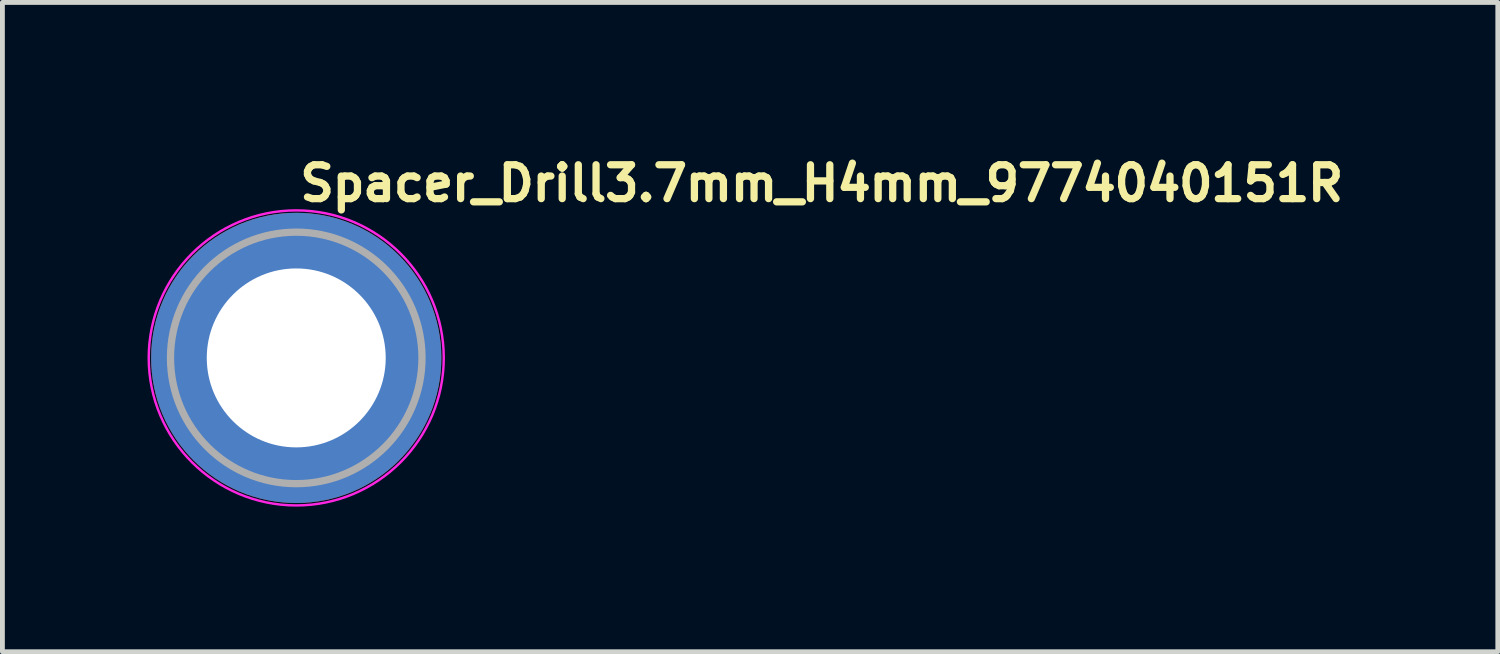
<source format=kicad_pcb>
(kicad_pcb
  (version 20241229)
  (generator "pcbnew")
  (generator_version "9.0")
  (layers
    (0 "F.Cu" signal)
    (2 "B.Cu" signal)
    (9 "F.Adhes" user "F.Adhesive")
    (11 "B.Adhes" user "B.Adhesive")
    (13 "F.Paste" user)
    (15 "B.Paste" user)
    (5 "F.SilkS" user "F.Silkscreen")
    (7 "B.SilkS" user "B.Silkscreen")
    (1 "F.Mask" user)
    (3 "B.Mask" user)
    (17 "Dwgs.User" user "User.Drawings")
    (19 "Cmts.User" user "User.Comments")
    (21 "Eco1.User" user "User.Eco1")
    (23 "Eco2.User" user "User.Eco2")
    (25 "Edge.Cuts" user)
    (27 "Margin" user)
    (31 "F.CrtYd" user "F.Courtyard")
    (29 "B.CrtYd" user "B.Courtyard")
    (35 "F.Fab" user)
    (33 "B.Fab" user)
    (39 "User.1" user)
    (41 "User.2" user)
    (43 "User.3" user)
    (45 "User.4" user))
  (footprint "Spacer_Drill3.7mm_H4mm_9774040151R"
    (layer "F.Cu")
    (at 3.075 4.35)
    (property "Reference" "Spacer_Drill3.7mm_H4mm_9774040151R" (at 0 -3.2 0) (layer "F.SilkS") (effects (font (size 0.7 0.7) (thickness 0.15)) (justify left bottom)))
    (attr smd)
    (fp_circle (center 0 0) (end 3.05 0) (stroke (width 0.05) (type solid)) (fill no) (layer "F.CrtYd"))
    (fp_circle (center 0 0) (end 2.6 0) (stroke (width 0.15) (type solid)) (fill no) (layer "F.Fab"))
    (fp_circle (center 0 0) (end 2.6 0) (stroke (width 0.1) (type solid)) (fill no) (layer "User.5"))
    (fp_circle (center 0 0) (end 1 0) (stroke (width 0.02) (type default)) (fill no) (layer "User.9"))
    (fp_circle (center 0 0) (end 2.55 0) (stroke (width 0.02) (type default)) (fill no) (layer "User.9"))
    (pad "" smd custom (at -1.7 -1.7) (size 0.62 0.62) (layers "F.Paste") (options (anchor circle)) (primitives (gr_arc (start -0.250195 1.279127) (mid 0.285453 0.294389) (end 1.266786 -0.24747) (width 0.2)) (gr_arc (start -0.34334 1.279127) (mid 0.218448 0.232561) (end 1.259603 -0.339191) (width 0.2)) (gr_arc (start -0.436309 1.279127) (mid 0.152481 0.169693) (end 1.255279 -0.431435) (width 0.2)) (gr_arc (start -0.529126 1.279127) (mid 0.087542 0.105784) (end 1.253811 -0.524161) (width 0.2)) (gr_arc (start -0.621807 1.279127) (mid 0.0309 0.033527) (end 1.275473 -0.621136) (width 0.2)) (gr_arc (start -0.71437 1.279127) (mid -0.037758 -0.026651) (end 1.263664 -0.711602) (width 0.2)) (gr_arc (start -0.806826 1.279127) (mid -0.105837 -0.087395) (end 1.253435 -0.802342) (width 0.2)) (gr_arc (start -0.899187 1.279127) (mid -0.165236 -0.156885) (end 1.267475 -0.897258) (width 0.2)) (gr_arc (start -0.991463 1.279127) (mid -0.228522 -0.222449) (end 1.270645 -0.990112) (width 0.2)) (gr_arc (start -1.083663 1.279127) (mid -0.294507 -0.285313) (end 1.266278 -1.081674) (width 0.2)) (gr_line (start 1.279 -0.25) (end 1.279 -1.084) (width 0.2)) (gr_line (start -0.25 1.279) (end -1.084 1.279) (width 0.2))))
    (pad "" smd custom (at -1.7 1.7 90) (size 0.62 0.62) (layers "F.Paste") (options (anchor circle)) (primitives (gr_arc (start -0.250195 1.279127) (mid 0.285453 0.294389) (end 1.266786 -0.24747) (width 0.2)) (gr_arc (start -0.34334 1.279127) (mid 0.218448 0.232561) (end 1.259603 -0.339191) (width 0.2)) (gr_arc (start -0.436309 1.279127) (mid 0.152481 0.169693) (end 1.255279 -0.431435) (width 0.2)) (gr_arc (start -0.529126 1.279127) (mid 0.087542 0.105784) (end 1.253811 -0.524161) (width 0.2)) (gr_arc (start -0.621807 1.279127) (mid 0.0309 0.033527) (end 1.275473 -0.621136) (width 0.2)) (gr_arc (start -0.71437 1.279127) (mid -0.037758 -0.026651) (end 1.263664 -0.711602) (width 0.2)) (gr_arc (start -0.806826 1.279127) (mid -0.105837 -0.087395) (end 1.253435 -0.802342) (width 0.2)) (gr_arc (start -0.899187 1.279127) (mid -0.165236 -0.156885) (end 1.267475 -0.897258) (width 0.2)) (gr_arc (start -0.991463 1.279127) (mid -0.228522 -0.222449) (end 1.270645 -0.990112) (width 0.2)) (gr_arc (start -1.083663 1.279127) (mid -0.294507 -0.285313) (end 1.266278 -1.081674) (width 0.2)) (gr_line (start 1.279 -0.25) (end 1.279 -1.084) (width 0.2)) (gr_line (start -0.25 1.279) (end -1.084 1.279) (width 0.2))))
    (pad "" smd custom (at 1.7 -1.7 270) (size 0.62 0.62) (layers "F.Paste") (options (anchor circle)) (primitives (gr_arc (start -0.250195 1.279127) (mid 0.285453 0.294389) (end 1.266786 -0.24747) (width 0.2)) (gr_arc (start -0.34334 1.279127) (mid 0.218448 0.232561) (end 1.259603 -0.339191) (width 0.2)) (gr_arc (start -0.436309 1.279127) (mid 0.152481 0.169693) (end 1.255279 -0.431435) (width 0.2)) (gr_arc (start -0.529126 1.279127) (mid 0.087542 0.105784) (end 1.253811 -0.524161) (width 0.2)) (gr_arc (start -0.621807 1.279127) (mid 0.0309 0.033527) (end 1.275473 -0.621136) (width 0.2)) (gr_arc (start -0.71437 1.279127) (mid -0.037758 -0.026651) (end 1.263664 -0.711602) (width 0.2)) (gr_arc (start -0.806826 1.279127) (mid -0.105837 -0.087395) (end 1.253435 -0.802342) (width 0.2)) (gr_arc (start -0.899187 1.279127) (mid -0.165236 -0.156885) (end 1.267475 -0.897258) (width 0.2)) (gr_arc (start -0.991463 1.279127) (mid -0.228522 -0.222449) (end 1.270645 -0.990112) (width 0.2)) (gr_arc (start -1.083663 1.279127) (mid -0.294507 -0.285313) (end 1.266278 -1.081674) (width 0.2)) (gr_line (start 1.279 -0.25) (end 1.279 -1.084) (width 0.2)) (gr_line (start -0.25 1.279) (end -1.084 1.279) (width 0.2))))
    (pad "" smd custom (at 1.7 1.7 180) (size 0.62 0.62) (layers "F.Paste") (options (anchor circle)) (primitives (gr_arc (start -0.250195 1.279127) (mid 0.285453 0.294389) (end 1.266786 -0.24747) (width 0.2)) (gr_arc (start -0.34334 1.279127) (mid 0.218448 0.232561) (end 1.259603 -0.339191) (width 0.2)) (gr_arc (start -0.436309 1.279127) (mid 0.152481 0.169693) (end 1.255279 -0.431435) (width 0.2)) (gr_arc (start -0.529126 1.279127) (mid 0.087542 0.105784) (end 1.253811 -0.524161) (width 0.2)) (gr_arc (start -0.621807 1.279127) (mid 0.0309 0.033527) (end 1.275473 -0.621136) (width 0.2)) (gr_arc (start -0.71437 1.279127) (mid -0.037758 -0.026651) (end 1.263664 -0.711602) (width 0.2)) (gr_arc (start -0.806826 1.279127) (mid -0.105837 -0.087395) (end 1.253435 -0.802342) (width 0.2)) (gr_arc (start -0.899187 1.279127) (mid -0.165236 -0.156885) (end 1.267475 -0.897258) (width 0.2)) (gr_arc (start -0.991463 1.279127) (mid -0.228522 -0.222449) (end 1.270645 -0.990112) (width 0.2)) (gr_arc (start -1.083663 1.279127) (mid -0.294507 -0.285313) (end 1.266278 -1.081674) (width 0.2)) (gr_line (start 1.279 -0.25) (end 1.279 -1.084) (width 0.2)) (gr_line (start -0.25 1.279) (end -1.084 1.279) (width 0.2))))
    (pad "1" thru_hole circle (at 0 0) (size 6 6) (drill 3.7) (layers "*.Cu" "*.Mask")))
  (gr_rect
    (start -3 -3)
    (end 27.918 10.425)
    (stroke (width 0.1) (type default))
    (fill no)
    (layer "Edge.Cuts")))
</source>
